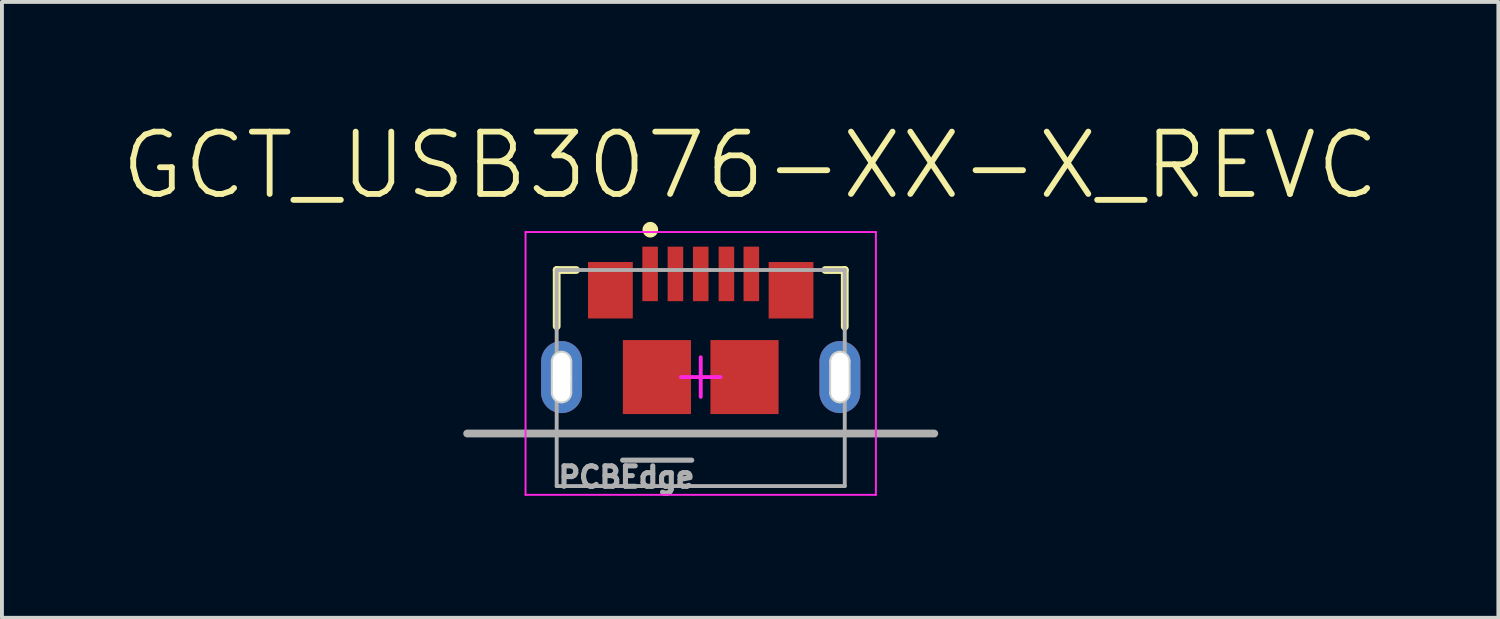
<source format=kicad_pcb>
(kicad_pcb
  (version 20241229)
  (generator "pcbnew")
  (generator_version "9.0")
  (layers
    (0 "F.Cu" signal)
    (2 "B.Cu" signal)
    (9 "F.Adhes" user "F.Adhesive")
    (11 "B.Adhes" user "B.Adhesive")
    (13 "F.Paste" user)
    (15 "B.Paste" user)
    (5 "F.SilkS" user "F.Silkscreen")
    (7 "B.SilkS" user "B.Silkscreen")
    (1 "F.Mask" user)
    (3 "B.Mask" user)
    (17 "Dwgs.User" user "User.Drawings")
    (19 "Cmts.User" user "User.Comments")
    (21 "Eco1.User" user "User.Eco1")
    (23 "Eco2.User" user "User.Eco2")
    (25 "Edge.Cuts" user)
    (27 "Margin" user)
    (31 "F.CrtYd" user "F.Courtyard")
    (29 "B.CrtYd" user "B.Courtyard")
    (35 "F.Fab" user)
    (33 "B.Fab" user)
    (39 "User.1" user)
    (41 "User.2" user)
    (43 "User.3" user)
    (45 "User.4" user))
  (footprint "GCT_USB3076-XX-X_REVC"
    (layer "F.Cu")
    (at 14.95 6.636)
    (property "Reference" "GCT_USB3076-XX-X_REVC" (at 1.27 -5.437 0) (layer "F.SilkS") (effects (font (size 1.6 1.6) (thickness 0.15))))
    (attr through_hole)
    (fp_line (start -3.7 -2.75) (end -3.2 -2.75) (stroke (width 0.2) (type solid)) (layer "F.SilkS"))
    (fp_line (start -3.7 -1.305) (end -3.7 -2.75) (stroke (width 0.2) (type solid)) (layer "F.SilkS"))
    (fp_line (start 3.2 -2.75) (end 3.7 -2.75) (stroke (width 0.2) (type solid)) (layer "F.SilkS"))
    (fp_line (start 3.7 -1.295) (end 3.7 -2.75) (stroke (width 0.2) (type solid)) (layer "F.SilkS"))
    (fp_circle (center -1.295 -3.785) (end -1.194 -3.785) (stroke (width 0.2) (type solid)) (fill no) (layer "F.SilkS"))
    (fp_line (start -3.8 0.4) (end -3.8 -0.401) (stroke (width 0.1) (type solid)) (layer "Edge.Cuts"))
    (fp_line (start -3.35 -0.402) (end -3.35 0.4) (stroke (width 0.1) (type solid)) (layer "Edge.Cuts"))
    (fp_line (start 3.35 0.4) (end 3.35 -0.401) (stroke (width 0.1) (type solid)) (layer "Edge.Cuts"))
    (fp_line (start 3.8 -0.402) (end 3.8 0.4) (stroke (width 0.1) (type solid)) (layer "Edge.Cuts"))
    (fp_arc (start -3.8 -0.401) (mid -3.734099 -0.560099) (end -3.575 -0.626) (stroke (width 0.1) (type solid)) (layer "Edge.Cuts"))
    (fp_arc (start -3.575 -0.626) (mid -3.416108 -0.560599) (end -3.35 -0.402) (stroke (width 0.1) (type solid)) (layer "Edge.Cuts"))
    (fp_arc (start -3.575 0.625) (mid -3.734099 0.559099) (end -3.8 0.4) (stroke (width 0.1) (type solid)) (layer "Edge.Cuts"))
    (fp_arc (start -3.35 0.4) (mid -3.415901 0.559099) (end -3.575 0.625) (stroke (width 0.1) (type solid)) (layer "Edge.Cuts"))
    (fp_arc (start 3.35 -0.401) (mid 3.415901 -0.560099) (end 3.575 -0.626) (stroke (width 0.1) (type solid)) (layer "Edge.Cuts"))
    (fp_arc (start 3.575 -0.626) (mid 3.733892 -0.560599) (end 3.8 -0.402) (stroke (width 0.1) (type solid)) (layer "Edge.Cuts"))
    (fp_arc (start 3.575 0.625) (mid 3.415901 0.559099) (end 3.35 0.4) (stroke (width 0.1) (type solid)) (layer "Edge.Cuts"))
    (fp_arc (start 3.8 0.4) (mid 3.734099 0.559099) (end 3.575 0.625) (stroke (width 0.1) (type solid)) (layer "Edge.Cuts"))
    (fp_line (start -4.5 -3.725) (end 4.5 -3.725) (stroke (width 0.05) (type solid)) (layer "F.CrtYd"))
    (fp_line (start -4.5 3.025) (end -4.5 -3.725) (stroke (width 0.05) (type solid)) (layer "F.CrtYd"))
    (fp_line (start -4.5 3.025) (end 4.5 3.025) (stroke (width 0.05) (type solid)) (layer "F.CrtYd"))
    (fp_line (start -0.508 0) (end 0.508 0) (stroke (width 0.1) (type solid)) (layer "F.CrtYd"))
    (fp_line (start 0 0.508) (end 0 -0.508) (stroke (width 0.1) (type solid)) (layer "F.CrtYd"))
    (fp_line (start 4.5 3.025) (end 4.5 -3.725) (stroke (width 0.05) (type solid)) (layer "F.CrtYd"))
    (fp_line (start -6 1.45) (end 6 1.45) (stroke (width 0.2) (type solid)) (layer "F.Fab"))
    (fp_line (start -3.7 -2.75) (end 3.7 -2.75) (stroke (width 0.1) (type solid)) (layer "F.Fab"))
    (fp_line (start -3.7 2.8) (end -3.7 -2.75) (stroke (width 0.1) (type solid)) (layer "F.Fab"))
    (fp_line (start -3.7 2.8) (end 3.7 2.8) (stroke (width 0.1) (type solid)) (layer "F.Fab"))
    (fp_line (start 3.7 2.8) (end 3.7 -2.75) (stroke (width 0.1) (type solid)) (layer "F.Fab"))
    (fp_text user "PCB~{Edge}" (at -1.908 2.57 0) (layer "F.Fab") (effects (font (size 0.526 0.526) (thickness 0.15))))
    (pad "" np_thru_hole circle (at -3.575 0) (size 0.45 0.45) (drill 0.45) (layers "*.Cu" "*.Mask"))
    (pad "1" smd rect (at -1.3 -2.65) (size 0.4 1.4) (layers "F.Cu" "F.Mask" "F.Paste"))
    (pad "2" smd rect (at -0.65 -2.65) (size 0.4 1.4) (layers "F.Cu" "F.Mask" "F.Paste"))
    (pad "3" smd rect (at 0 -2.65) (size 0.4 1.4) (layers "F.Cu" "F.Mask" "F.Paste"))
    (pad "4" smd rect (at 0.66 -2.65) (size 0.4 1.4) (layers "F.Cu" "F.Mask" "F.Paste"))
    (pad "5" smd rect (at 1.3 -2.65) (size 0.4 1.4) (layers "F.Cu" "F.Mask" "F.Paste"))
    (pad "6" thru_hole oval (at -3.575 0) (size 1.05 1.85) (drill oval 0.45 1.25) (layers "*.Cu" "*.Mask"))
    (pad "6" thru_hole oval (at 3.575 0) (size 1.05 1.85) (drill oval 0.45 1.25) (layers "*.Cu" "*.Mask"))
    (pad "8" smd rect (at -2.32 -2.23) (size 1.15 1.45) (layers "F.Cu" "F.Mask" "F.Paste"))
    (pad "9" smd rect (at 2.32 -2.23) (size 1.15 1.45) (layers "F.Cu" "F.Mask" "F.Paste"))
    (pad "10" smd rect (at -1.125 0) (size 1.75 1.9) (layers "F.Cu" "F.Mask" "F.Paste"))
    (pad "11" smd rect (at 1.125 0) (size 1.75 1.9) (layers "F.Cu" "F.Mask" "F.Paste")))
  (gr_rect
    (start -3 -3)
    (end 35.44 12.821)
    (stroke (width 0.1) (type default))
    (fill no)
    (layer "Edge.Cuts")))
</source>
